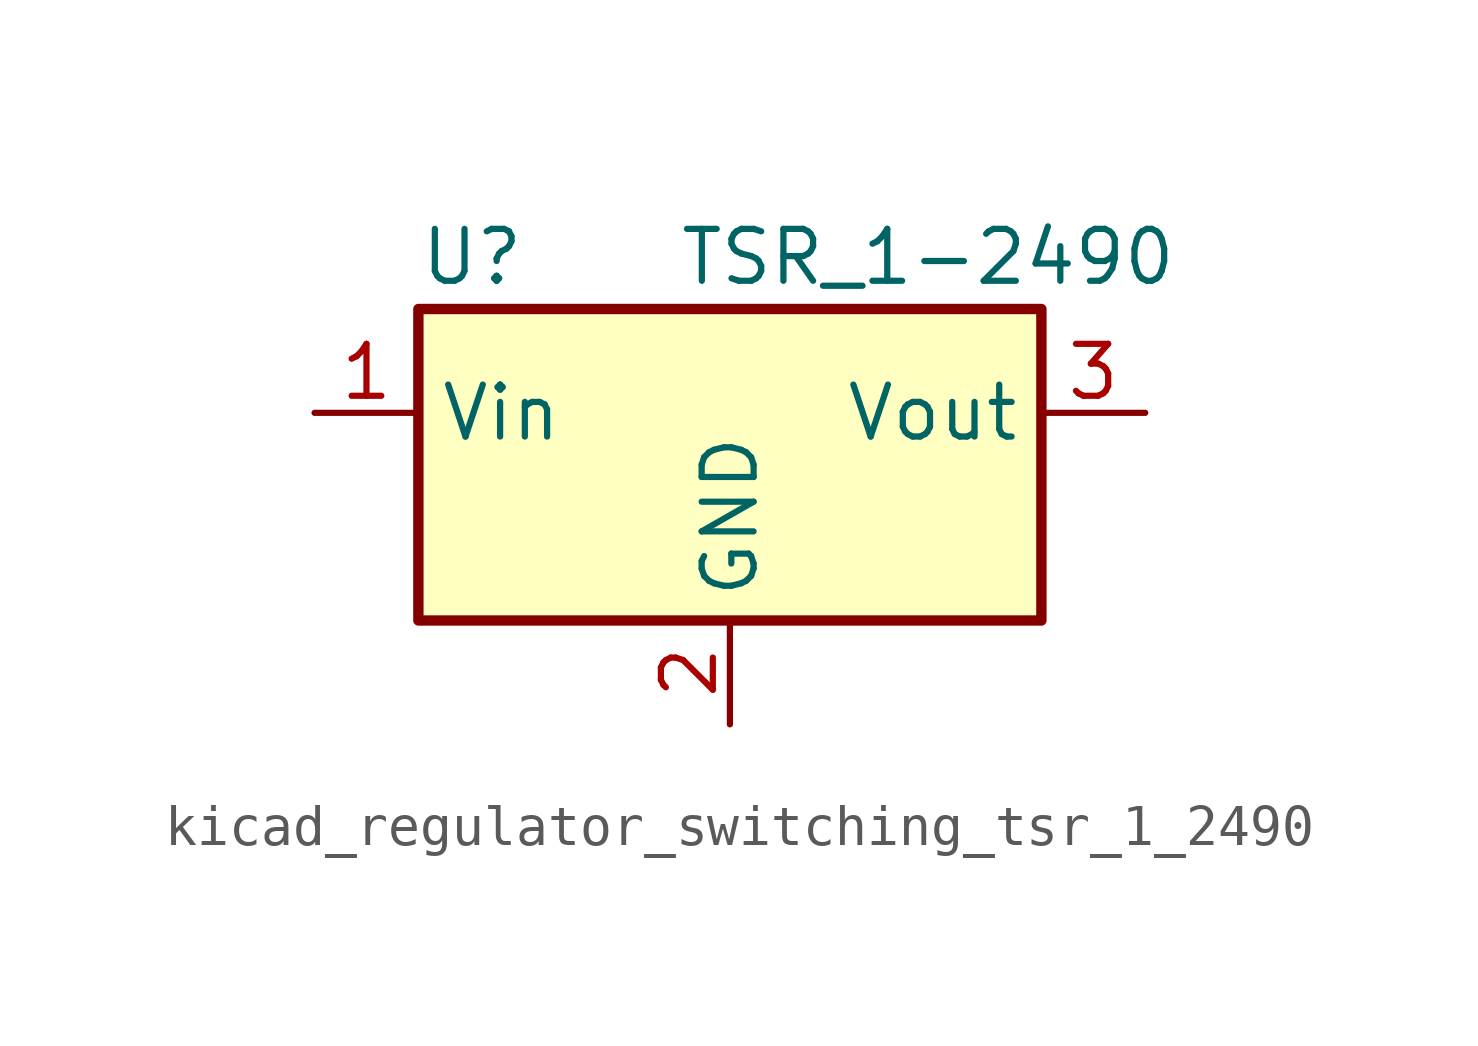
<source format=kicad_sym>
(kicad_symbol_lib
  (version 20220914)
  (generator kicad_symbol_editor)
  (symbol "kicad_regulator_switching_tsr_1_2490"
    (property "Reference" "U"
      (at -7.62 6.35 0)
      (effects (font (size 1.27 1.27)) (justify left)))
    (property "Value" "TSR_1-2490"
      (at -1.27 6.35 0)
      (effects (font (size 1.27 1.27)) (justify left)))
    (symbol "kicad_regulator_switching_tsr_1_2490_0_1"
      (rectangle (start -7.62 5.08) (end 7.62 -2.54) (stroke (width 0.254) (type default)) (fill (type background))))
    (symbol "kicad_regulator_switching_tsr_1_2490_1_1"
      (pin power_in line (at -10.16 2.54 0) (length 2.54) (name "Vin" (effects (font (size 1.27 1.27)))) (number "1" (effects (font (size 1.27 1.27)))))
      (pin power_in line (at 0 -5.08 90) (length 2.54) (name "GND" (effects (font (size 1.27 1.27)))) (number "2" (effects (font (size 1.27 1.27)))))
      (pin power_out line (at 10.16 2.54 180) (length 2.54) (name "Vout" (effects (font (size 1.27 1.27)))) (number "3" (effects (font (size 1.27 1.27))))))))
</source>
